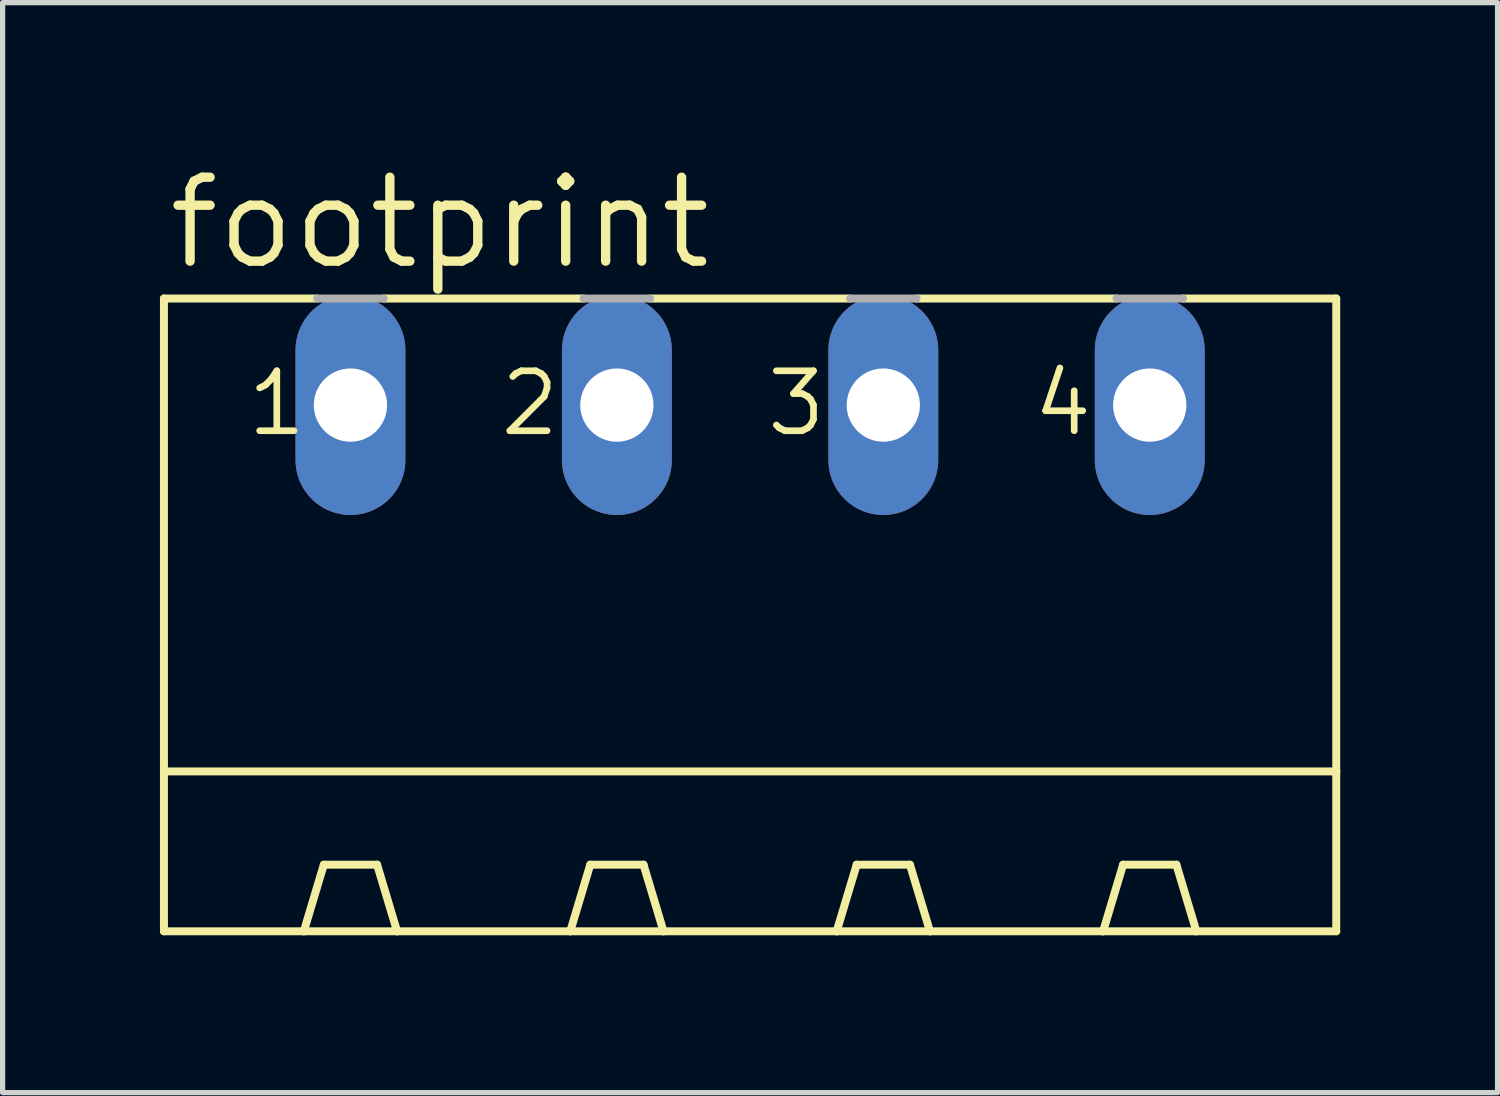
<source format=kicad_pcb>
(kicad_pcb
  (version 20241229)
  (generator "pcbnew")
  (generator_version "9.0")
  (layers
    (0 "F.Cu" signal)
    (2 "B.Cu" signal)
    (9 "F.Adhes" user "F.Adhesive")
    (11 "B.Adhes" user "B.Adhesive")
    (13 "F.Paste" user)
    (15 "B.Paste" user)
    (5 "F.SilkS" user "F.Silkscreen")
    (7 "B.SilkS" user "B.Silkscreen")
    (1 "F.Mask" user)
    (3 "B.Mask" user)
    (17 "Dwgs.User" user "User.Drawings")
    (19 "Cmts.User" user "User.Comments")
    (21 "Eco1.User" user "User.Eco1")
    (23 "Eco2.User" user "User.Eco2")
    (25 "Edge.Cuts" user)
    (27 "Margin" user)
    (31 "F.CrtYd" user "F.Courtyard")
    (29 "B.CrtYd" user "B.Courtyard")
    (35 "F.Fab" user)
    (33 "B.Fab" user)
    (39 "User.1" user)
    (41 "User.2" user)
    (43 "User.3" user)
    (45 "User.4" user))
  (footprint "footprint"
    (layer "F.Cu")
    (at 11.252 9.754)
    (property "Reference" "footprint" (at -11.176 -7.62 0) (layer "F.SilkS") (effects (font (size 1.6 1.6) (thickness 0.178)) (justify left bottom)))
    (fp_line (start -11.176 -7.112) (end -11.176 1.905) (stroke (width 0.152) (type solid)) (layer "F.SilkS"))
    (fp_line (start -11.176 -7.112) (end -8.255 -7.112) (stroke (width 0.152) (type solid)) (layer "F.SilkS"))
    (fp_line (start -11.176 1.905) (end -11.176 4.953) (stroke (width 0.152) (type solid)) (layer "F.SilkS"))
    (fp_line (start -11.176 1.905) (end 11.176 1.905) (stroke (width 0.152) (type solid)) (layer "F.SilkS"))
    (fp_line (start -11.176 4.953) (end -8.509 4.953) (stroke (width 0.152) (type solid)) (layer "F.SilkS"))
    (fp_line (start -8.509 4.953) (end -8.128 3.683) (stroke (width 0.152) (type solid)) (layer "F.SilkS"))
    (fp_line (start -8.509 4.953) (end -6.731 4.953) (stroke (width 0.152) (type solid)) (layer "F.SilkS"))
    (fp_line (start -7.112 3.683) (end -8.128 3.683) (stroke (width 0.152) (type solid)) (layer "F.SilkS"))
    (fp_line (start -6.985 -7.112) (end -3.175 -7.112) (stroke (width 0.152) (type solid)) (layer "F.SilkS"))
    (fp_line (start -6.731 4.953) (end -7.112 3.683) (stroke (width 0.152) (type solid)) (layer "F.SilkS"))
    (fp_line (start -6.731 4.953) (end -3.429 4.953) (stroke (width 0.152) (type solid)) (layer "F.SilkS"))
    (fp_line (start -3.429 4.953) (end -3.048 3.683) (stroke (width 0.152) (type solid)) (layer "F.SilkS"))
    (fp_line (start -3.429 4.953) (end -1.651 4.953) (stroke (width 0.152) (type solid)) (layer "F.SilkS"))
    (fp_line (start -3.048 3.683) (end -2.032 3.683) (stroke (width 0.152) (type solid)) (layer "F.SilkS"))
    (fp_line (start -1.905 -7.112) (end 1.905 -7.112) (stroke (width 0.152) (type solid)) (layer "F.SilkS"))
    (fp_line (start -1.651 4.953) (end -2.032 3.683) (stroke (width 0.152) (type solid)) (layer "F.SilkS"))
    (fp_line (start -1.651 4.953) (end 1.651 4.953) (stroke (width 0.152) (type solid)) (layer "F.SilkS"))
    (fp_line (start 1.651 4.953) (end 2.032 3.683) (stroke (width 0.152) (type solid)) (layer "F.SilkS"))
    (fp_line (start 1.651 4.953) (end 3.429 4.953) (stroke (width 0.152) (type solid)) (layer "F.SilkS"))
    (fp_line (start 2.032 3.683) (end 3.048 3.683) (stroke (width 0.152) (type solid)) (layer "F.SilkS"))
    (fp_line (start 3.175 -7.112) (end 6.985 -7.112) (stroke (width 0.152) (type solid)) (layer "F.SilkS"))
    (fp_line (start 3.429 4.953) (end 3.048 3.683) (stroke (width 0.152) (type solid)) (layer "F.SilkS"))
    (fp_line (start 3.429 4.953) (end 6.731 4.953) (stroke (width 0.152) (type solid)) (layer "F.SilkS"))
    (fp_line (start 6.731 4.953) (end 7.112 3.683) (stroke (width 0.152) (type solid)) (layer "F.SilkS"))
    (fp_line (start 6.731 4.953) (end 8.509 4.953) (stroke (width 0.152) (type solid)) (layer "F.SilkS"))
    (fp_line (start 7.112 3.683) (end 8.128 3.683) (stroke (width 0.152) (type solid)) (layer "F.SilkS"))
    (fp_line (start 8.255 -7.112) (end 11.176 -7.112) (stroke (width 0.152) (type solid)) (layer "F.SilkS"))
    (fp_line (start 8.509 4.953) (end 8.128 3.683) (stroke (width 0.152) (type solid)) (layer "F.SilkS"))
    (fp_line (start 8.509 4.953) (end 11.176 4.953) (stroke (width 0.152) (type solid)) (layer "F.SilkS"))
    (fp_line (start 11.176 -7.112) (end 11.176 1.905) (stroke (width 0.152) (type solid)) (layer "F.SilkS"))
    (fp_line (start 11.176 1.905) (end 11.176 4.953) (stroke (width 0.152) (type solid)) (layer "F.SilkS"))
    (fp_line (start -8.255 -7.112) (end -6.985 -7.112) (stroke (width 0.152) (type solid)) (layer "F.Fab"))
    (fp_line (start -3.175 -7.112) (end -1.905 -7.112) (stroke (width 0.152) (type solid)) (layer "F.Fab"))
    (fp_line (start 1.905 -7.112) (end 3.175 -7.112) (stroke (width 0.152) (type solid)) (layer "F.Fab"))
    (fp_line (start 6.985 -7.112) (end 8.255 -7.112) (stroke (width 0.152) (type solid)) (layer "F.Fab"))
    (fp_text user "2" (at -4.826 -4.445 0) (layer "F.SilkS") (effects (font (size 1.143 1.143) (thickness 0.127)) (justify left bottom)))
    (fp_text user "3" (at 0.254 -4.445 0) (layer "F.SilkS") (effects (font (size 1.143 1.143) (thickness 0.127)) (justify left bottom)))
    (fp_text user "4" (at 5.334 -4.445 0) (layer "F.SilkS") (effects (font (size 1.143 1.143) (thickness 0.127)) (justify left bottom)))
    (fp_text user "1" (at -9.652 -4.445 0) (layer "F.SilkS") (effects (font (size 1.143 1.143) (thickness 0.127)) (justify left bottom)))
    (pad "1" thru_hole oval (at -7.62 -5.08 90) (size 4.191 2.095) (drill 1.397) (layers "*.Cu" "*.Mask"))
    (pad "2" thru_hole oval (at -2.54 -5.08 90) (size 4.191 2.095) (drill 1.397) (layers "*.Cu" "*.Mask"))
    (pad "3" thru_hole oval (at 2.54 -5.08 90) (size 4.191 2.095) (drill 1.397) (layers "*.Cu" "*.Mask"))
    (pad "4" thru_hole oval (at 7.62 -5.08 90) (size 4.191 2.095) (drill 1.397) (layers "*.Cu" "*.Mask")))
  (gr_rect
    (start -3 -3)
    (end 25.504 17.783)
    (stroke (width 0.1) (type default))
    (fill no)
    (layer "Edge.Cuts")))
</source>
